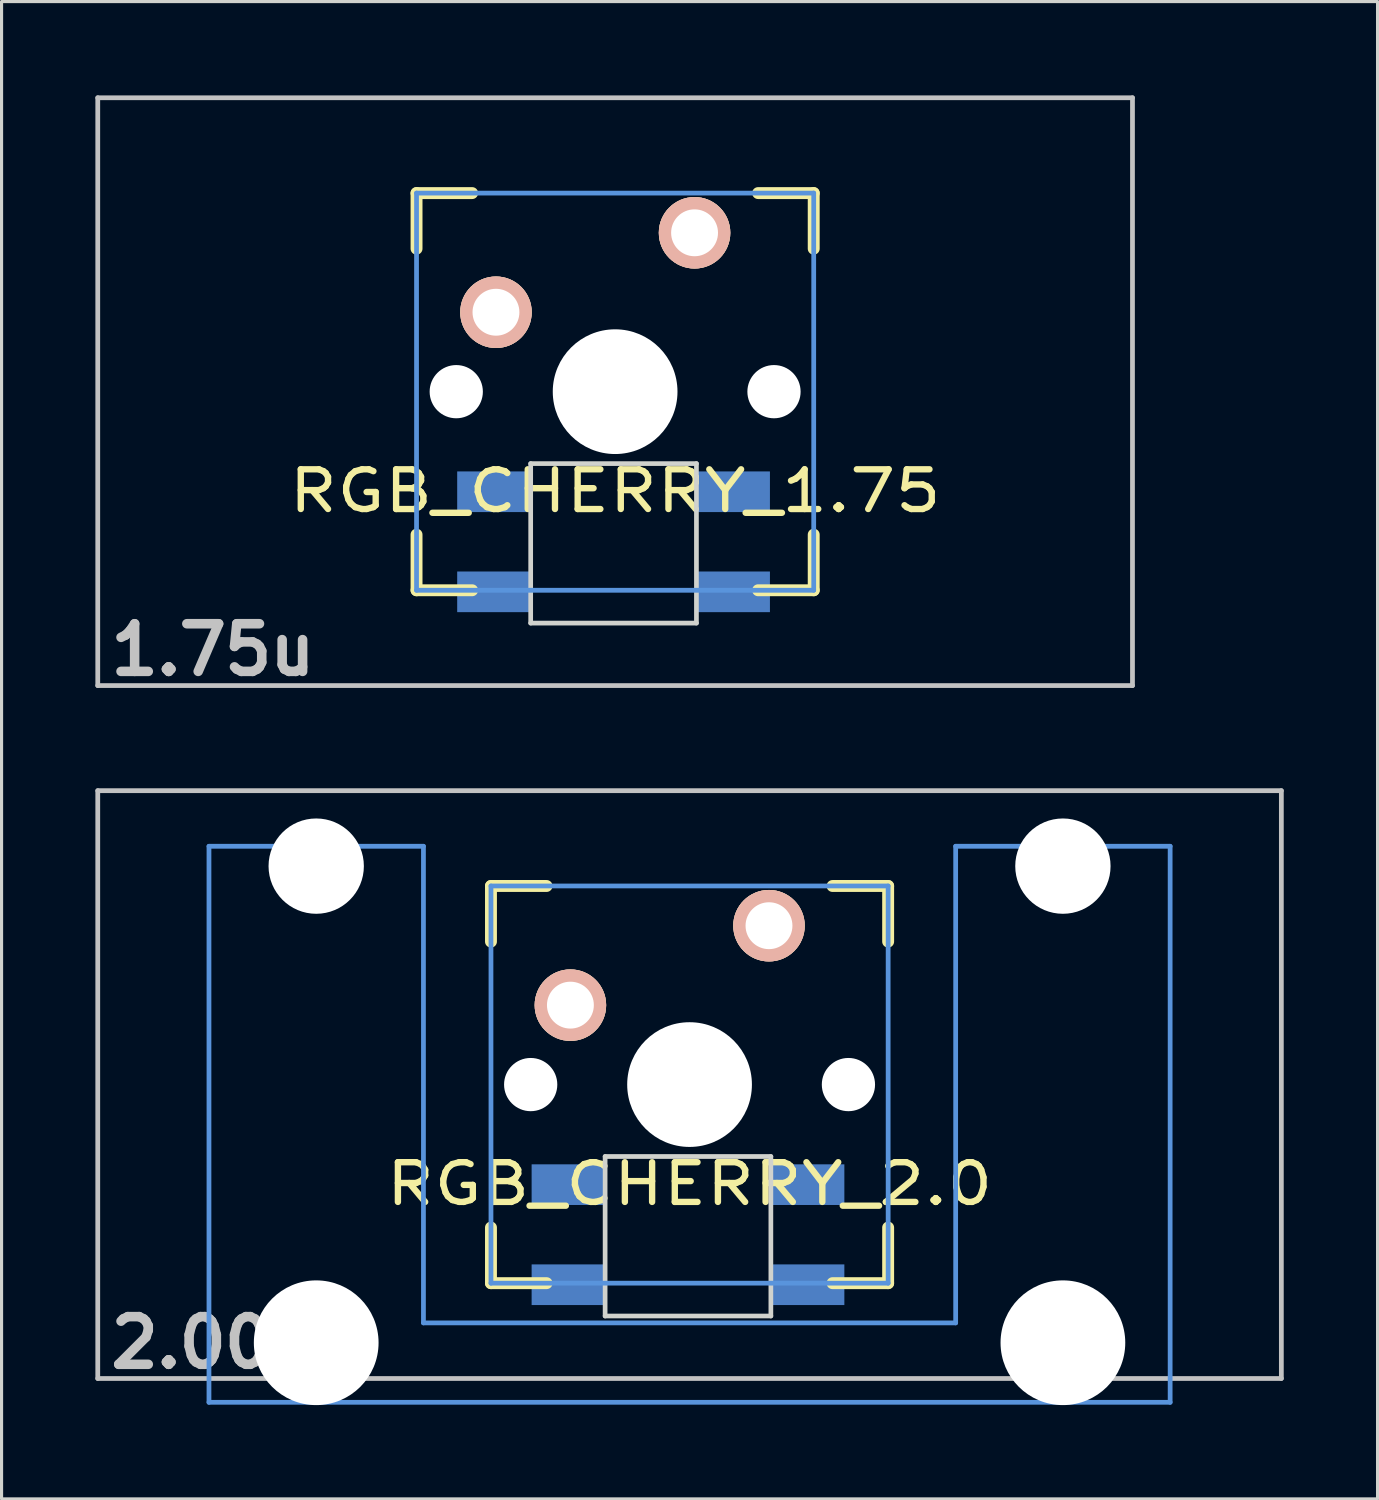
<source format=kicad_pcb>
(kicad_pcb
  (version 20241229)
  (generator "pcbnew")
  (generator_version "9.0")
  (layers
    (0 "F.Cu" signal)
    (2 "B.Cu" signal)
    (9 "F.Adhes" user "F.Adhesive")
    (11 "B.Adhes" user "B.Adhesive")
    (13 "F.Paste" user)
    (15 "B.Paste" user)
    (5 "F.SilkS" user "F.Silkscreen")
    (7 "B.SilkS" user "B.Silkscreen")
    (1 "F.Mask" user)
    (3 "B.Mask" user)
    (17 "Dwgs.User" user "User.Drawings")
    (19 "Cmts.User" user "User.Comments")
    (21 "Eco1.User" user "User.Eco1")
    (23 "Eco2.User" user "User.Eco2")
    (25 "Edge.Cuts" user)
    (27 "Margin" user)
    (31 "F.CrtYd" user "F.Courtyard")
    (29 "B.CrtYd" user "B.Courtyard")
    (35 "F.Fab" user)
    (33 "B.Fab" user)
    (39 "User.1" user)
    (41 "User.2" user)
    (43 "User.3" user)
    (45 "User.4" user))
  (footprint "RGB_CHERRY_1.75"
    (layer "F.Cu")
    (at 16.619 9.474)
    (property "Reference" "RGB_CHERRY_1.75" (at 0 3.175 0) (layer "F.SilkS") (effects (font (size 1.27 1.524) (thickness 0.203))))
    (attr through_hole)
    (fp_line (start -6.35 -6.35) (end -4.572 -6.35) (stroke (width 0.381) (type solid)) (layer "F.SilkS"))
    (fp_line (start -6.35 -4.572) (end -6.35 -6.35) (stroke (width 0.381) (type solid)) (layer "F.SilkS"))
    (fp_line (start -6.35 6.35) (end -6.35 4.572) (stroke (width 0.381) (type solid)) (layer "F.SilkS"))
    (fp_line (start -4.572 6.35) (end -6.35 6.35) (stroke (width 0.381) (type solid)) (layer "F.SilkS"))
    (fp_line (start 4.572 -6.35) (end 6.35 -6.35) (stroke (width 0.381) (type solid)) (layer "F.SilkS"))
    (fp_line (start 6.35 -6.35) (end 6.35 -4.572) (stroke (width 0.381) (type solid)) (layer "F.SilkS"))
    (fp_line (start 6.35 4.572) (end 6.35 6.35) (stroke (width 0.381) (type solid)) (layer "F.SilkS"))
    (fp_line (start 6.35 6.35) (end 4.572 6.35) (stroke (width 0.381) (type solid)) (layer "F.SilkS"))
    (fp_line (start -16.543 -9.398) (end 16.543 -9.398) (stroke (width 0.152) (type solid)) (layer "Dwgs.User"))
    (fp_line (start -16.543 9.398) (end -16.543 -9.398) (stroke (width 0.152) (type solid)) (layer "Dwgs.User"))
    (fp_line (start 16.543 -9.398) (end 16.543 9.398) (stroke (width 0.152) (type solid)) (layer "Dwgs.User"))
    (fp_line (start 16.543 9.398) (end -16.543 9.398) (stroke (width 0.152) (type solid)) (layer "Dwgs.User"))
    (fp_line (start -6.35 -6.35) (end 6.35 -6.35) (stroke (width 0.152) (type solid)) (layer "Cmts.User"))
    (fp_line (start -6.35 6.35) (end -6.35 -6.35) (stroke (width 0.152) (type solid)) (layer "Cmts.User"))
    (fp_line (start 6.35 -6.35) (end 6.35 6.35) (stroke (width 0.152) (type solid)) (layer "Cmts.User"))
    (fp_line (start 6.35 6.35) (end -6.35 6.35) (stroke (width 0.152) (type solid)) (layer "Cmts.User"))
    (fp_line (start -6.985 -6.985) (end 6.985 -6.985) (stroke (width 0.152) (type solid)) (layer "Eco2.User"))
    (fp_line (start -6.985 6.985) (end -6.985 -6.985) (stroke (width 0.152) (type solid)) (layer "Eco2.User"))
    (fp_line (start 6.985 -6.985) (end 6.985 6.985) (stroke (width 0.152) (type solid)) (layer "Eco2.User"))
    (fp_line (start 6.985 6.985) (end -6.985 6.985) (stroke (width 0.152) (type solid)) (layer "Eco2.User"))
    (fp_line (start -2.7 2.3) (end -2.7 7.4) (stroke (width 0.15) (type solid)) (layer "Edge.Cuts"))
    (fp_line (start -2.7 2.3) (end 2.6 2.3) (stroke (width 0.15) (type solid)) (layer "Edge.Cuts"))
    (fp_line (start 2.6 2.3) (end 2.6 7.4) (stroke (width 0.15) (type solid)) (layer "Edge.Cuts"))
    (fp_line (start 2.6 7.4) (end -2.7 7.4) (stroke (width 0.15) (type solid)) (layer "Edge.Cuts"))
    (fp_text user "1.75u" (at -12.86 8.255 0) (layer "Dwgs.User") (effects (font (size 1.524 1.524) (thickness 0.305))))
    (pad "" np_thru_hole circle (at -5.08 0) (size 1.702 1.702) (drill 1.702) (layers "*.Cu"))
    (pad "" np_thru_hole circle (at 0 0) (size 3.988 3.988) (drill 3.988) (layers "*.Cu"))
    (pad "" np_thru_hole circle (at 5.08 0) (size 1.702 1.702) (drill 1.702) (layers "*.Cu"))
    (pad "1" thru_hole circle (at 2.54 -5.08) (size 2.286 2.286) (drill 1.499) (layers "*.Cu" "*.SilkS" "*.Mask"))
    (pad "2" thru_hole circle (at -3.81 -2.54) (size 2.286 2.286) (drill 1.499) (layers "*.Cu" "*.SilkS" "*.Mask"))
    (pad "3" smd rect (at -2.8 3.2) (size 2.3 1.3) (drill (offset -1.1 0)) (layers "B.Cu" "B.Mask" "B.Paste"))
    (pad "4" smd rect (at -2.8 6.4) (size 2.3 1.3) (drill (offset -1.1 0)) (layers "B.Cu" "B.Mask" "B.Paste"))
    (pad "5" smd rect (at 2.7 6.4) (size 2.3 1.3) (drill (offset 1.1 0)) (layers "B.Cu" "B.Mask" "B.Paste"))
    (pad "6" smd rect (at 2.7 3.2) (size 2.3 1.3) (drill (offset 1.1 0)) (layers "B.Cu" "B.Mask" "B.Paste")))
  (footprint "RGB_CHERRY_2.0"
    (layer "F.Cu")
    (at 18.999 31.63)
    (property "Reference" "RGB_CHERRY_2.0" (at 0 3.175 0) (layer "F.SilkS") (effects (font (size 1.27 1.524) (thickness 0.203))))
    (attr through_hole)
    (fp_line (start -6.35 -6.35) (end -4.572 -6.35) (stroke (width 0.381) (type solid)) (layer "F.SilkS"))
    (fp_line (start -6.35 -4.572) (end -6.35 -6.35) (stroke (width 0.381) (type solid)) (layer "F.SilkS"))
    (fp_line (start -6.35 6.35) (end -6.35 4.572) (stroke (width 0.381) (type solid)) (layer "F.SilkS"))
    (fp_line (start -4.572 6.35) (end -6.35 6.35) (stroke (width 0.381) (type solid)) (layer "F.SilkS"))
    (fp_line (start 4.572 -6.35) (end 6.35 -6.35) (stroke (width 0.381) (type solid)) (layer "F.SilkS"))
    (fp_line (start 6.35 -6.35) (end 6.35 -4.572) (stroke (width 0.381) (type solid)) (layer "F.SilkS"))
    (fp_line (start 6.35 4.572) (end 6.35 6.35) (stroke (width 0.381) (type solid)) (layer "F.SilkS"))
    (fp_line (start 6.35 6.35) (end 4.572 6.35) (stroke (width 0.381) (type solid)) (layer "F.SilkS"))
    (fp_line (start -18.923 -9.398) (end 18.923 -9.398) (stroke (width 0.152) (type solid)) (layer "Dwgs.User"))
    (fp_line (start -18.923 9.398) (end -18.923 -9.398) (stroke (width 0.152) (type solid)) (layer "Dwgs.User"))
    (fp_line (start 18.923 -9.398) (end 18.923 9.398) (stroke (width 0.152) (type solid)) (layer "Dwgs.User"))
    (fp_line (start 18.923 9.398) (end -18.923 9.398) (stroke (width 0.152) (type solid)) (layer "Dwgs.User"))
    (fp_line (start -15.367 -7.62) (end -15.367 10.16) (stroke (width 0.152) (type solid)) (layer "Cmts.User"))
    (fp_line (start -15.367 10.16) (end 15.367 10.16) (stroke (width 0.152) (type solid)) (layer "Cmts.User"))
    (fp_line (start -8.509 -7.62) (end -15.367 -7.62) (stroke (width 0.152) (type solid)) (layer "Cmts.User"))
    (fp_line (start -8.509 7.62) (end -8.509 -7.62) (stroke (width 0.152) (type solid)) (layer "Cmts.User"))
    (fp_line (start -6.35 -6.35) (end 6.35 -6.35) (stroke (width 0.152) (type solid)) (layer "Cmts.User"))
    (fp_line (start -6.35 6.35) (end -6.35 -6.35) (stroke (width 0.152) (type solid)) (layer "Cmts.User"))
    (fp_line (start 6.35 -6.35) (end 6.35 6.35) (stroke (width 0.152) (type solid)) (layer "Cmts.User"))
    (fp_line (start 6.35 6.35) (end -6.35 6.35) (stroke (width 0.152) (type solid)) (layer "Cmts.User"))
    (fp_line (start 8.509 -7.62) (end 8.509 7.62) (stroke (width 0.152) (type solid)) (layer "Cmts.User"))
    (fp_line (start 8.509 7.62) (end -8.509 7.62) (stroke (width 0.152) (type solid)) (layer "Cmts.User"))
    (fp_line (start 15.367 -7.62) (end 8.509 -7.62) (stroke (width 0.152) (type solid)) (layer "Cmts.User"))
    (fp_line (start 15.367 10.16) (end 15.367 -7.62) (stroke (width 0.152) (type solid)) (layer "Cmts.User"))
    (fp_line (start -16.129 -2.286) (end -15.265 -2.286) (stroke (width 0.152) (type solid)) (layer "Eco2.User"))
    (fp_line (start -16.129 0.508) (end -16.129 -2.286) (stroke (width 0.152) (type solid)) (layer "Eco2.User"))
    (fp_line (start -15.265 -5.69) (end -8.611 -5.69) (stroke (width 0.152) (type solid)) (layer "Eco2.User"))
    (fp_line (start -15.265 -2.286) (end -15.265 -5.69) (stroke (width 0.152) (type solid)) (layer "Eco2.User"))
    (fp_line (start -15.265 0.508) (end -16.129 0.508) (stroke (width 0.152) (type solid)) (layer "Eco2.User"))
    (fp_line (start -15.265 6.604) (end -15.265 0.508) (stroke (width 0.152) (type solid)) (layer "Eco2.User"))
    (fp_line (start -14.224 6.604) (end -15.265 6.604) (stroke (width 0.152) (type solid)) (layer "Eco2.User"))
    (fp_line (start -14.224 7.772) (end -14.224 6.604) (stroke (width 0.152) (type solid)) (layer "Eco2.User"))
    (fp_line (start -9.652 6.604) (end -9.652 7.772) (stroke (width 0.152) (type solid)) (layer "Eco2.User"))
    (fp_line (start -9.652 7.772) (end -14.224 7.772) (stroke (width 0.152) (type solid)) (layer "Eco2.User"))
    (fp_line (start -8.611 -5.69) (end -8.611 -4.877) (stroke (width 0.152) (type solid)) (layer "Eco2.User"))
    (fp_line (start -8.611 -4.877) (end -6.985 -4.877) (stroke (width 0.152) (type solid)) (layer "Eco2.User"))
    (fp_line (start -8.611 5.817) (end -8.611 6.604) (stroke (width 0.152) (type solid)) (layer "Eco2.User"))
    (fp_line (start -8.611 6.604) (end -9.652 6.604) (stroke (width 0.152) (type solid)) (layer "Eco2.User"))
    (fp_line (start -6.985 -6.985) (end 6.985 -6.985) (stroke (width 0.152) (type solid)) (layer "Eco2.User"))
    (fp_line (start -6.985 -4.877) (end -6.985 -6.985) (stroke (width 0.152) (type solid)) (layer "Eco2.User"))
    (fp_line (start -6.985 5.817) (end -8.611 5.817) (stroke (width 0.152) (type solid)) (layer "Eco2.User"))
    (fp_line (start -6.985 6.985) (end -6.985 5.817) (stroke (width 0.152) (type solid)) (layer "Eco2.User"))
    (fp_line (start 6.985 -6.985) (end 6.985 -4.877) (stroke (width 0.152) (type solid)) (layer "Eco2.User"))
    (fp_line (start 6.985 -4.877) (end 8.611 -4.877) (stroke (width 0.152) (type solid)) (layer "Eco2.User"))
    (fp_line (start 6.985 5.817) (end 6.985 6.985) (stroke (width 0.152) (type solid)) (layer "Eco2.User"))
    (fp_line (start 6.985 6.985) (end -6.985 6.985) (stroke (width 0.152) (type solid)) (layer "Eco2.User"))
    (fp_line (start 8.611 -5.69) (end 15.265 -5.69) (stroke (width 0.152) (type solid)) (layer "Eco2.User"))
    (fp_line (start 8.611 -4.877) (end 8.611 -5.69) (stroke (width 0.152) (type solid)) (layer "Eco2.User"))
    (fp_line (start 8.611 5.817) (end 6.985 5.817) (stroke (width 0.152) (type solid)) (layer "Eco2.User"))
    (fp_line (start 8.611 6.604) (end 8.611 5.817) (stroke (width 0.152) (type solid)) (layer "Eco2.User"))
    (fp_line (start 9.652 6.604) (end 8.611 6.604) (stroke (width 0.152) (type solid)) (layer "Eco2.User"))
    (fp_line (start 9.652 7.772) (end 9.652 6.604) (stroke (width 0.152) (type solid)) (layer "Eco2.User"))
    (fp_line (start 14.224 6.604) (end 14.224 7.772) (stroke (width 0.152) (type solid)) (layer "Eco2.User"))
    (fp_line (start 14.224 7.772) (end 9.652 7.772) (stroke (width 0.152) (type solid)) (layer "Eco2.User"))
    (fp_line (start 15.265 -5.69) (end 15.265 -2.286) (stroke (width 0.152) (type solid)) (layer "Eco2.User"))
    (fp_line (start 15.265 -2.286) (end 16.129 -2.286) (stroke (width 0.152) (type solid)) (layer "Eco2.User"))
    (fp_line (start 15.265 0.508) (end 15.265 6.604) (stroke (width 0.152) (type solid)) (layer "Eco2.User"))
    (fp_line (start 15.265 6.604) (end 14.224 6.604) (stroke (width 0.152) (type solid)) (layer "Eco2.User"))
    (fp_line (start 16.129 -2.286) (end 16.129 0.508) (stroke (width 0.152) (type solid)) (layer "Eco2.User"))
    (fp_line (start 16.129 0.508) (end 15.265 0.508) (stroke (width 0.152) (type solid)) (layer "Eco2.User"))
    (fp_line (start -2.7 2.3) (end -2.7 7.4) (stroke (width 0.15) (type solid)) (layer "Edge.Cuts"))
    (fp_line (start -2.7 2.3) (end 2.6 2.3) (stroke (width 0.15) (type solid)) (layer "Edge.Cuts"))
    (fp_line (start 2.6 2.3) (end 2.6 7.4) (stroke (width 0.15) (type solid)) (layer "Edge.Cuts"))
    (fp_line (start 2.6 7.4) (end -2.7 7.4) (stroke (width 0.15) (type solid)) (layer "Edge.Cuts"))
    (fp_text user "2.00u" (at -15.24 8.255 0) (layer "Dwgs.User") (effects (font (size 1.524 1.524) (thickness 0.305))))
    (pad "" np_thru_hole circle (at -11.938 -6.985) (size 3.048 3.048) (drill 3.048) (layers "*.Cu"))
    (pad "" np_thru_hole circle (at -11.938 8.255) (size 3.988 3.988) (drill 3.988) (layers "*.Cu"))
    (pad "" np_thru_hole circle (at -5.08 0) (size 1.702 1.702) (drill 1.702) (layers "*.Cu"))
    (pad "" np_thru_hole circle (at 0 0) (size 3.988 3.988) (drill 3.988) (layers "*.Cu"))
    (pad "" np_thru_hole circle (at 5.08 0) (size 1.702 1.702) (drill 1.702) (layers "*.Cu"))
    (pad "" np_thru_hole circle (at 11.938 -6.985) (size 3.048 3.048) (drill 3.048) (layers "*.Cu"))
    (pad "" np_thru_hole circle (at 11.938 8.255) (size 3.988 3.988) (drill 3.988) (layers "*.Cu"))
    (pad "1" thru_hole circle (at 2.54 -5.08) (size 2.286 2.286) (drill 1.499) (layers "*.Cu" "*.SilkS" "*.Mask"))
    (pad "2" thru_hole circle (at -3.81 -2.54) (size 2.286 2.286) (drill 1.499) (layers "*.Cu" "*.SilkS" "*.Mask"))
    (pad "3" smd rect (at -2.8 3.2) (size 2.3 1.3) (drill (offset -1.1 0)) (layers "B.Cu" "B.Mask" "B.Paste"))
    (pad "4" smd rect (at -2.8 6.4) (size 2.3 1.3) (drill (offset -1.1 0)) (layers "B.Cu" "B.Mask" "B.Paste"))
    (pad "5" smd rect (at 2.7 6.4) (size 2.3 1.3) (drill (offset 1.1 0)) (layers "B.Cu" "B.Mask" "B.Paste"))
    (pad "6" smd rect (at 2.7 3.2) (size 2.3 1.3) (drill (offset 1.1 0)) (layers "B.Cu" "B.Mask" "B.Paste")))
  (gr_rect
    (start -3 -3)
    (end 40.998 44.879)
    (stroke (width 0.1) (type default))
    (fill no)
    (layer "Edge.Cuts")))
</source>
